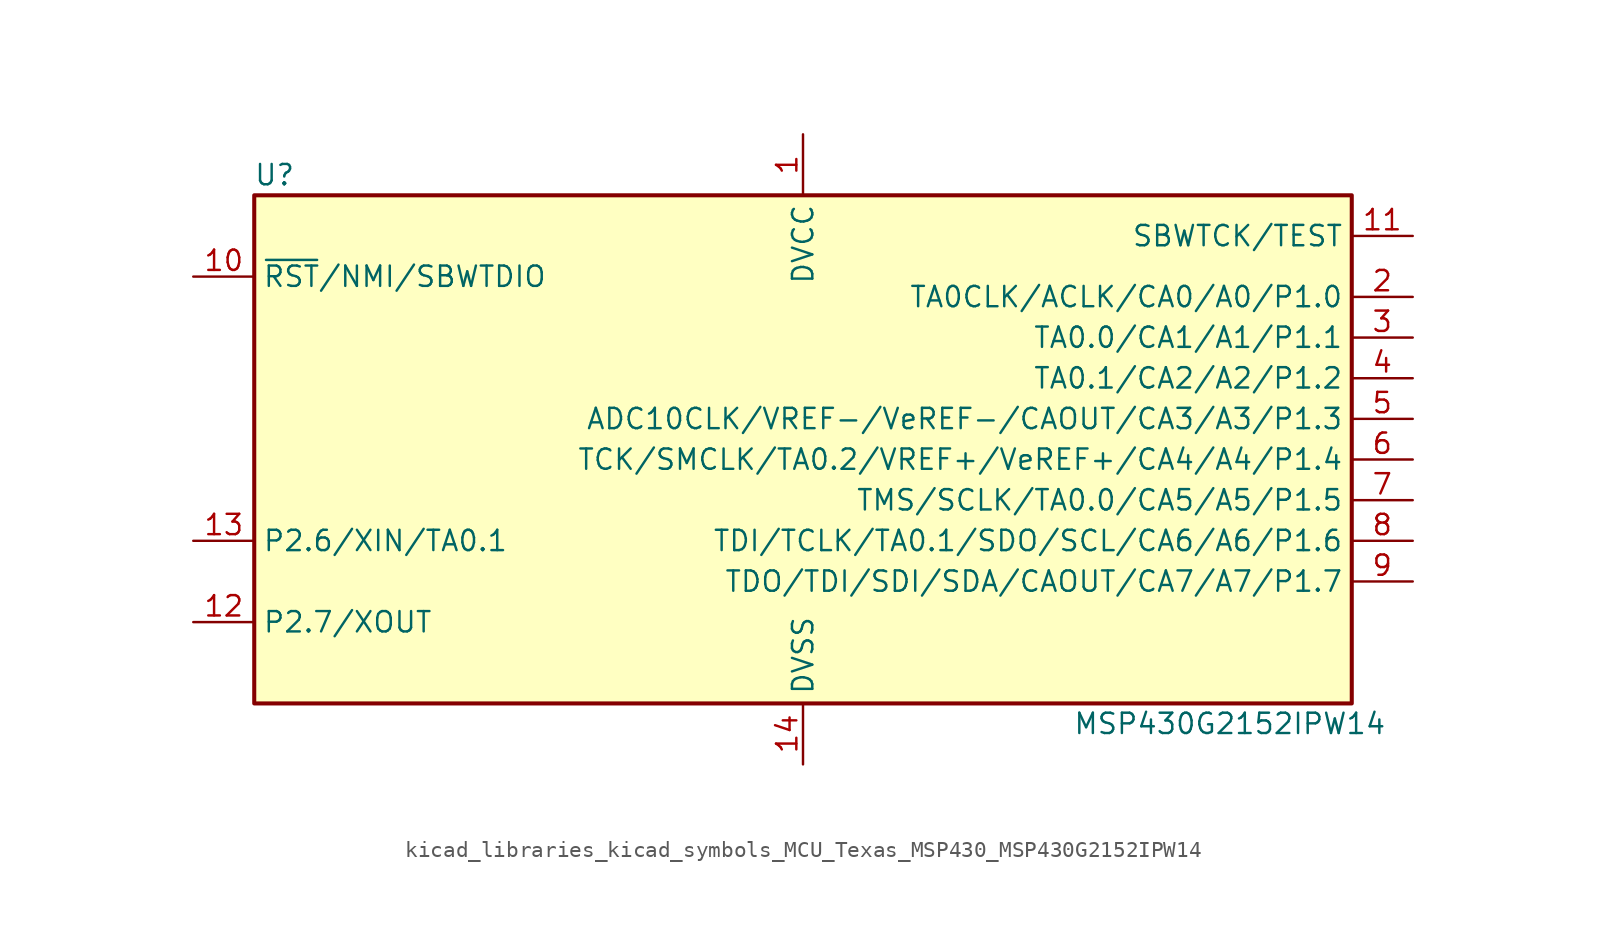
<source format=kicad_sym>
(kicad_symbol_lib
  (version 20220914)
  (generator kicad_symbol_editor)
  (symbol "kicad_libraries_kicad_symbols_MCU_Texas_MSP430_MSP430G2152IPW14"
    (property "Reference" "U"
      (at -33.02 17.78 0)
      (effects (font (size 1.27 1.27))))
    (property "Value" "MSP430G2152IPW14"
      (at 26.67 -16.51 0)
      (effects (font (size 1.27 1.27))))
    (symbol "kicad_libraries_kicad_symbols_MCU_Texas_MSP430_MSP430G2152IPW14_0_1"
      (rectangle (start -34.29 16.51) (end 34.29 -15.24) (stroke (width 0.254) (type default)) (fill (type background))))
    (symbol "kicad_libraries_kicad_symbols_MCU_Texas_MSP430_MSP430G2152IPW14_1_1"
      (pin power_in line (at 0 20.32 270) (length 3.81) (name "DVCC" (effects (font (size 1.27 1.27)))) (number "1" (effects (font (size 1.27 1.27)))))
      (pin input line (at -38.1 11.43 0) (length 3.81) (name "~{RST}/NMI/SBWTDIO" (effects (font (size 1.27 1.27)))) (number "10" (effects (font (size 1.27 1.27)))))
      (pin input line (at 38.1 13.97 180) (length 3.81) (name "SBWTCK/TEST" (effects (font (size 1.27 1.27)))) (number "11" (effects (font (size 1.27 1.27)))))
      (pin bidirectional line (at -38.1 -10.16 0) (length 3.81) (name "P2.7/XOUT" (effects (font (size 1.27 1.27)))) (number "12" (effects (font (size 1.27 1.27)))))
      (pin bidirectional line (at -38.1 -5.08 0) (length 3.81) (name "P2.6/XIN/TA0.1" (effects (font (size 1.27 1.27)))) (number "13" (effects (font (size 1.27 1.27)))))
      (pin power_in line (at 0 -19.05 90) (length 3.81) (name "DVSS" (effects (font (size 1.27 1.27)))) (number "14" (effects (font (size 1.27 1.27)))))
      (pin bidirectional line (at 38.1 10.16 180) (length 3.81) (name "TA0CLK/ACLK/CA0/A0/P1.0" (effects (font (size 1.27 1.27)))) (number "2" (effects (font (size 1.27 1.27)))))
      (pin bidirectional line (at 38.1 7.62 180) (length 3.81) (name "TA0.0/CA1/A1/P1.1" (effects (font (size 1.27 1.27)))) (number "3" (effects (font (size 1.27 1.27)))))
      (pin bidirectional line (at 38.1 5.08 180) (length 3.81) (name "TA0.1/CA2/A2/P1.2" (effects (font (size 1.27 1.27)))) (number "4" (effects (font (size 1.27 1.27)))))
      (pin bidirectional line (at 38.1 2.54 180) (length 3.81) (name "ADC10CLK/VREF-/VeREF-/CAOUT/CA3/A3/P1.3" (effects (font (size 1.27 1.27)))) (number "5" (effects (font (size 1.27 1.27)))))
      (pin bidirectional line (at 38.1 0 180) (length 3.81) (name "TCK/SMCLK/TA0.2/VREF+/VeREF+/CA4/A4/P1.4" (effects (font (size 1.27 1.27)))) (number "6" (effects (font (size 1.27 1.27)))))
      (pin bidirectional line (at 38.1 -2.54 180) (length 3.81) (name "TMS/SCLK/TA0.0/CA5/A5/P1.5" (effects (font (size 1.27 1.27)))) (number "7" (effects (font (size 1.27 1.27)))))
      (pin bidirectional line (at 38.1 -5.08 180) (length 3.81) (name "TDI/TCLK/TA0.1/SDO/SCL/CA6/A6/P1.6" (effects (font (size 1.27 1.27)))) (number "8" (effects (font (size 1.27 1.27)))))
      (pin bidirectional line (at 38.1 -7.62 180) (length 3.81) (name "TDO/TDI/SDI/SDA/CAOUT/CA7/A7/P1.7" (effects (font (size 1.27 1.27)))) (number "9" (effects (font (size 1.27 1.27))))))))
</source>
